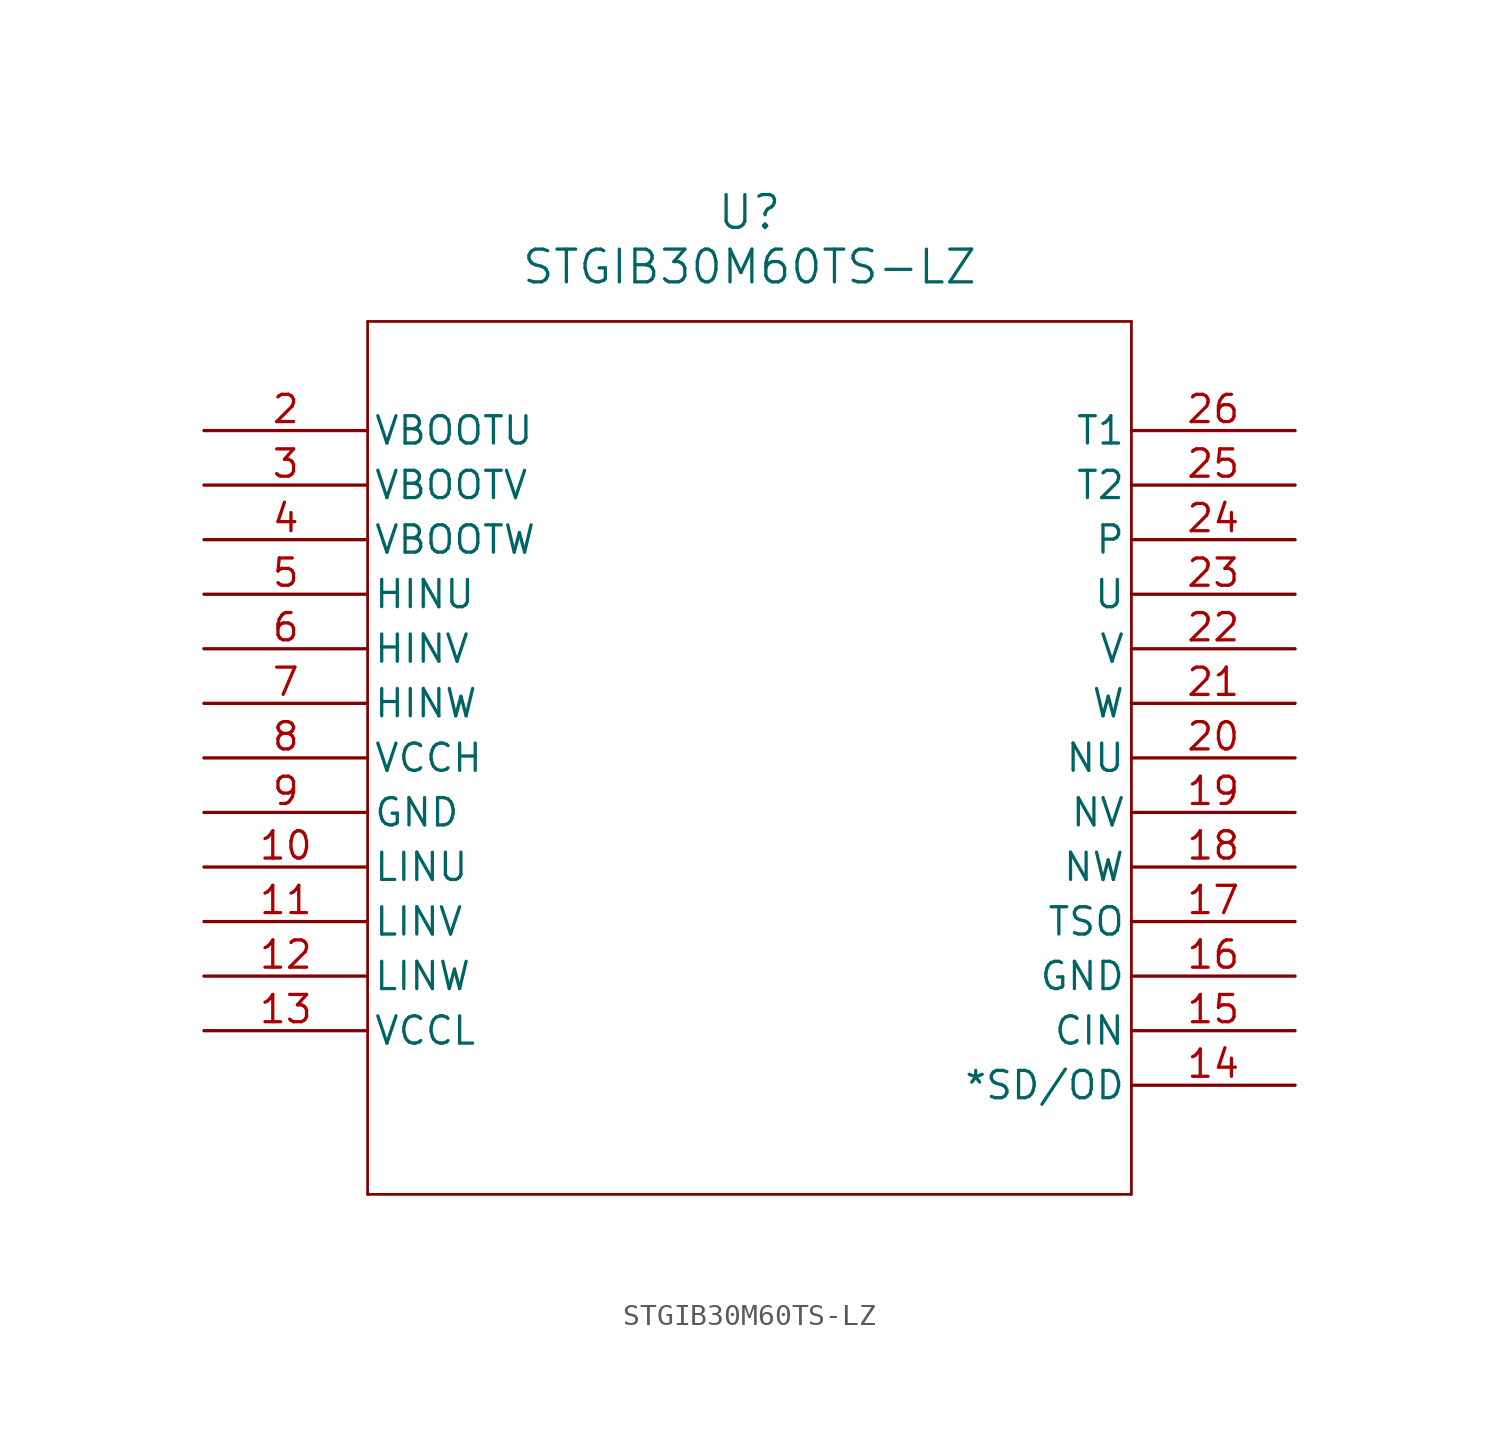
<source format=kicad_sym>
(kicad_symbol_lib
  (version 20211014)
  (generator kicad_symbol_editor)
  (symbol "STGIB30M60TS-LZ"
    (pin_names
      (offset 0.254))
    (property "Reference" "U"
      (at 25.4 10.16 0)
      (effects (font (size 1.524 1.524))))
    (property "Value" "STGIB30M60TS-LZ"
      (at 25.4 7.62 0)
      (effects (font (size 1.524 1.524))))
    (symbol "STGIB30M60TS-LZ_0_1"
      (polyline (pts (xy 7.62 5.08) (xy 7.62 -35.56)) (stroke (width 0.127) (type default) (color 0 0 0 0)) (fill (type none)))
      (polyline (pts (xy 7.62 -35.56) (xy 43.18 -35.56)) (stroke (width 0.127) (type default) (color 0 0 0 0)) (fill (type none)))
      (polyline (pts (xy 43.18 -35.56) (xy 43.18 5.08)) (stroke (width 0.127) (type default) (color 0 0 0 0)) (fill (type none)))
      (polyline (pts (xy 43.18 5.08) (xy 7.62 5.08)) (stroke (width 0.127) (type default) (color 0 0 0 0)) (fill (type none)))
      (pin power_in line (at 0 0 0) (length 7.62) (name "VBOOTU" (effects (font (size 1.27 1.27)))) (number "2" (effects (font (size 1.27 1.27)))))
      (pin power_in line (at 0 -2.54 0) (length 7.62) (name "VBOOTV" (effects (font (size 1.27 1.27)))) (number "3" (effects (font (size 1.27 1.27)))))
      (pin power_in line (at 0 -5.08 0) (length 7.62) (name "VBOOTW" (effects (font (size 1.27 1.27)))) (number "4" (effects (font (size 1.27 1.27)))))
      (pin input line (at 0 -7.62 0) (length 7.62) (name "HINU" (effects (font (size 1.27 1.27)))) (number "5" (effects (font (size 1.27 1.27)))))
      (pin input line (at 0 -10.16 0) (length 7.62) (name "HINV" (effects (font (size 1.27 1.27)))) (number "6" (effects (font (size 1.27 1.27)))))
      (pin input line (at 0 -12.7 0) (length 7.62) (name "HINW" (effects (font (size 1.27 1.27)))) (number "7" (effects (font (size 1.27 1.27)))))
      (pin power_in line (at 0 -15.24 0) (length 7.62) (name "VCCH" (effects (font (size 1.27 1.27)))) (number "8" (effects (font (size 1.27 1.27)))))
      (pin power_out line (at 0 -17.78 0) (length 7.62) (name "GND" (effects (font (size 1.27 1.27)))) (number "9" (effects (font (size 1.27 1.27)))))
      (pin input line (at 0 -20.32 0) (length 7.62) (name "LINU" (effects (font (size 1.27 1.27)))) (number "10" (effects (font (size 1.27 1.27)))))
      (pin input line (at 0 -22.86 0) (length 7.62) (name "LINV" (effects (font (size 1.27 1.27)))) (number "11" (effects (font (size 1.27 1.27)))))
      (pin input line (at 0 -25.4 0) (length 7.62) (name "LINW" (effects (font (size 1.27 1.27)))) (number "12" (effects (font (size 1.27 1.27)))))
      (pin power_in line (at 0 -27.94 0) (length 7.62) (name "VCCL" (effects (font (size 1.27 1.27)))) (number "13" (effects (font (size 1.27 1.27)))))
      (pin bidirectional line (at 50.8 -30.48 180) (length 7.62) (name "*SD/OD" (effects (font (size 1.27 1.27)))) (number "14" (effects (font (size 1.27 1.27)))))
      (pin input line (at 50.8 -27.94 180) (length 7.62) (name "CIN" (effects (font (size 1.27 1.27)))) (number "15" (effects (font (size 1.27 1.27)))))
      (pin power_out line (at 50.8 -25.4 180) (length 7.62) (name "GND" (effects (font (size 1.27 1.27)))) (number "16" (effects (font (size 1.27 1.27)))))
      (pin output line (at 50.8 -22.86 180) (length 7.62) (name "TSO" (effects (font (size 1.27 1.27)))) (number "17" (effects (font (size 1.27 1.27)))))
      (pin power_in line (at 50.8 -20.32 180) (length 7.62) (name "NW" (effects (font (size 1.27 1.27)))) (number "18" (effects (font (size 1.27 1.27)))))
      (pin power_in line (at 50.8 -17.78 180) (length 7.62) (name "NV" (effects (font (size 1.27 1.27)))) (number "19" (effects (font (size 1.27 1.27)))))
      (pin power_in line (at 50.8 -15.24 180) (length 7.62) (name "NU" (effects (font (size 1.27 1.27)))) (number "20" (effects (font (size 1.27 1.27)))))
      (pin output line (at 50.8 -12.7 180) (length 7.62) (name "W" (effects (font (size 1.27 1.27)))) (number "21" (effects (font (size 1.27 1.27)))))
      (pin output line (at 50.8 -10.16 180) (length 7.62) (name "V" (effects (font (size 1.27 1.27)))) (number "22" (effects (font (size 1.27 1.27)))))
      (pin output line (at 50.8 -7.62 180) (length 7.62) (name "U" (effects (font (size 1.27 1.27)))) (number "23" (effects (font (size 1.27 1.27)))))
      (pin power_in line (at 50.8 -5.08 180) (length 7.62) (name "P" (effects (font (size 1.27 1.27)))) (number "24" (effects (font (size 1.27 1.27)))))
      (pin bidirectional line (at 50.8 -2.54 180) (length 7.62) (name "T2" (effects (font (size 1.27 1.27)))) (number "25" (effects (font (size 1.27 1.27)))))
      (pin bidirectional line (at 50.8 0 180) (length 7.62) (name "T1" (effects (font (size 1.27 1.27)))) (number "26" (effects (font (size 1.27 1.27))))))))
</source>
